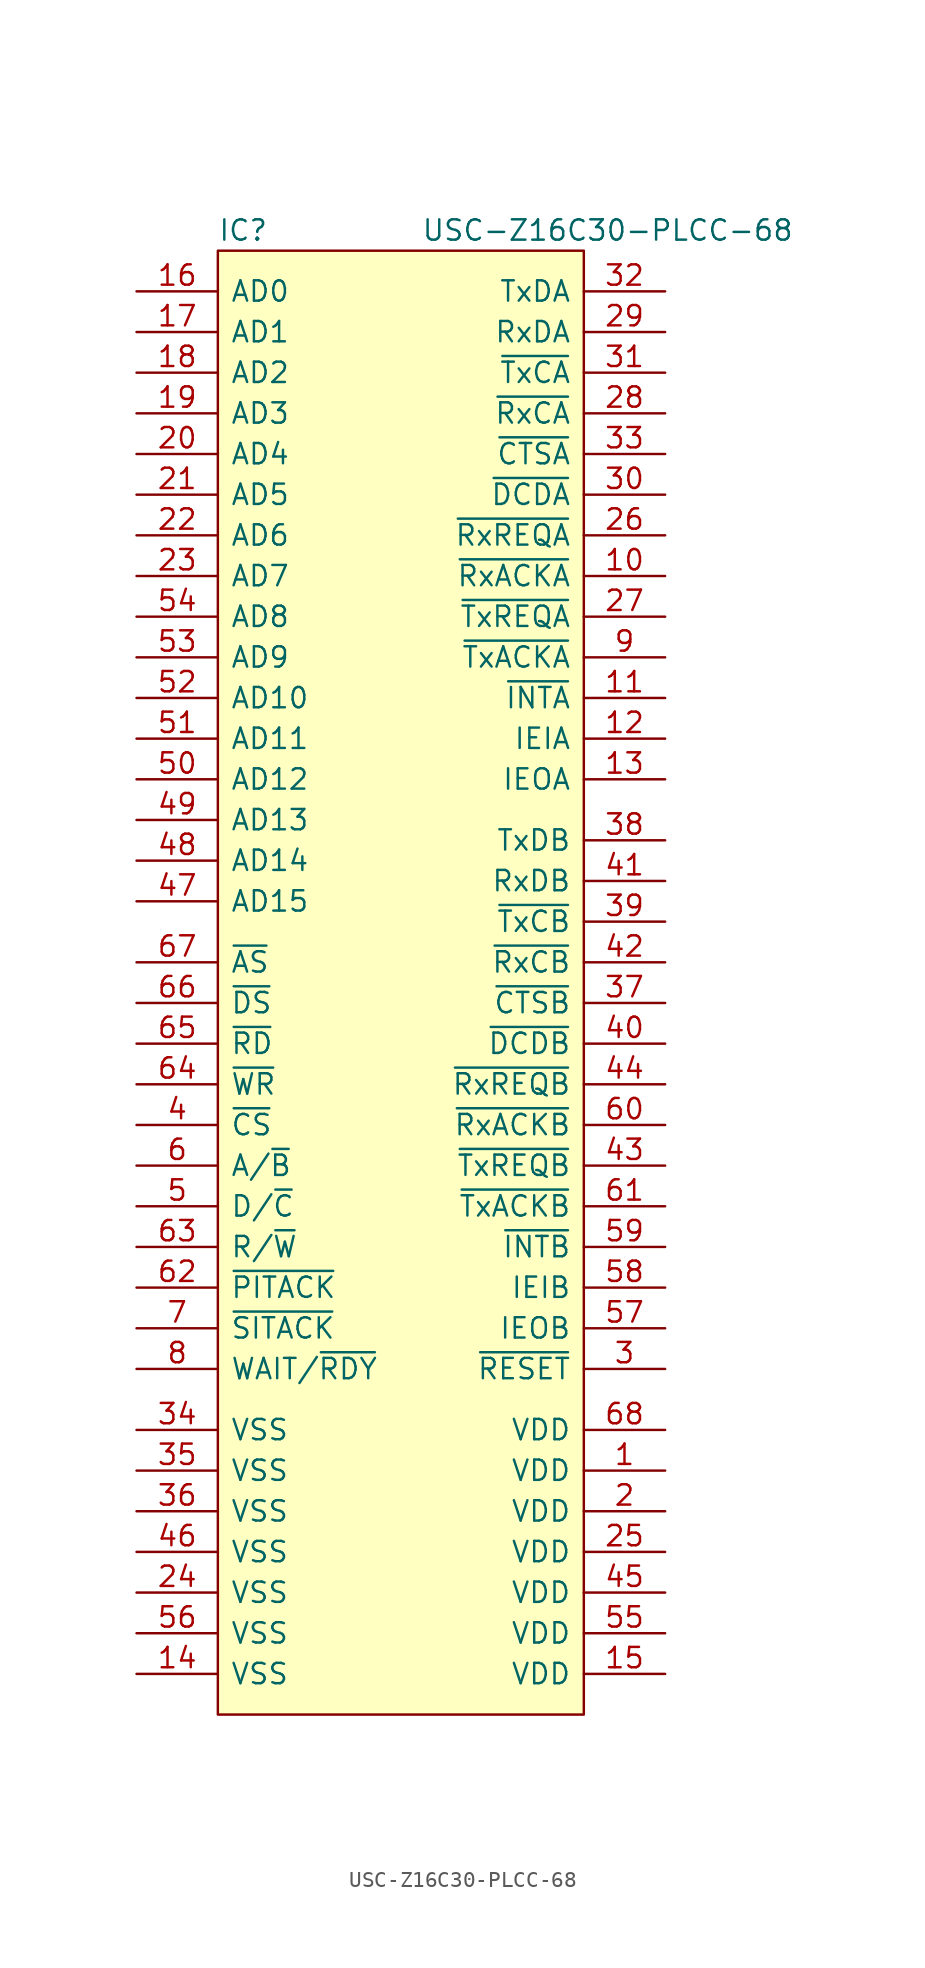
<source format=kicad_sym>
(kicad_symbol_lib
  (version 20220914)
  (generator kicad_symbol_editor)
  (symbol "USC-Z16C30-PLCC-68"
    (pin_names
      (offset 0.762))
    (property "Reference" "IC"
      (at 0 1.27 0)
      (effects (font (size 1.27 1.27)) (justify left)))
    (property "Value" "USC-Z16C30-PLCC-68"
      (at 12.7 1.27 0)
      (effects (font (size 1.27 1.27)) (justify left)))
    (symbol "USC-Z16C30-PLCC-68_0_0"
      (pin power_in line (at 27.94 -76.2 180) (length 5.08) (name "VDD" (effects (font (size 1.27 1.27)))) (number "1" (effects (font (size 1.27 1.27)))))
      (pin bidirectional line (at 27.94 -20.32 180) (length 5.08) (name "~{RxACKA}" (effects (font (size 1.27 1.27)))) (number "10" (effects (font (size 1.27 1.27)))))
      (pin output line (at 27.94 -27.94 180) (length 5.08) (name "~{INTA}" (effects (font (size 1.27 1.27)))) (number "11" (effects (font (size 1.27 1.27)))))
      (pin input line (at 27.94 -30.48 180) (length 5.08) (name "IEIA" (effects (font (size 1.27 1.27)))) (number "12" (effects (font (size 1.27 1.27)))))
      (pin output line (at 27.94 -33.02 180) (length 5.08) (name "IEOA" (effects (font (size 1.27 1.27)))) (number "13" (effects (font (size 1.27 1.27)))))
      (pin power_in line (at -5.08 -88.9 0) (length 5.08) (name "VSS" (effects (font (size 1.27 1.27)))) (number "14" (effects (font (size 1.27 1.27)))))
      (pin power_in line (at 27.94 -88.9 180) (length 5.08) (name "VDD" (effects (font (size 1.27 1.27)))) (number "15" (effects (font (size 1.27 1.27)))))
      (pin bidirectional line (at -5.08 -2.54 0) (length 5.08) (name "AD0" (effects (font (size 1.27 1.27)))) (number "16" (effects (font (size 1.27 1.27)))))
      (pin bidirectional line (at -5.08 -5.08 0) (length 5.08) (name "AD1" (effects (font (size 1.27 1.27)))) (number "17" (effects (font (size 1.27 1.27)))))
      (pin bidirectional line (at -5.08 -7.62 0) (length 5.08) (name "AD2" (effects (font (size 1.27 1.27)))) (number "18" (effects (font (size 1.27 1.27)))))
      (pin bidirectional line (at -5.08 -10.16 0) (length 5.08) (name "AD3" (effects (font (size 1.27 1.27)))) (number "19" (effects (font (size 1.27 1.27)))))
      (pin power_in line (at 27.94 -78.74 180) (length 5.08) (name "VDD" (effects (font (size 1.27 1.27)))) (number "2" (effects (font (size 1.27 1.27)))))
      (pin bidirectional line (at -5.08 -12.7 0) (length 5.08) (name "AD4" (effects (font (size 1.27 1.27)))) (number "20" (effects (font (size 1.27 1.27)))))
      (pin bidirectional line (at -5.08 -15.24 0) (length 5.08) (name "AD5" (effects (font (size 1.27 1.27)))) (number "21" (effects (font (size 1.27 1.27)))))
      (pin bidirectional line (at -5.08 -17.78 0) (length 5.08) (name "AD6" (effects (font (size 1.27 1.27)))) (number "22" (effects (font (size 1.27 1.27)))))
      (pin bidirectional line (at -5.08 -20.32 0) (length 5.08) (name "AD7" (effects (font (size 1.27 1.27)))) (number "23" (effects (font (size 1.27 1.27)))))
      (pin power_in line (at -5.08 -83.82 0) (length 5.08) (name "VSS" (effects (font (size 1.27 1.27)))) (number "24" (effects (font (size 1.27 1.27)))))
      (pin power_in line (at 27.94 -81.28 180) (length 5.08) (name "VDD" (effects (font (size 1.27 1.27)))) (number "25" (effects (font (size 1.27 1.27)))))
      (pin bidirectional line (at 27.94 -17.78 180) (length 5.08) (name "~{RxREQA}" (effects (font (size 1.27 1.27)))) (number "26" (effects (font (size 1.27 1.27)))))
      (pin bidirectional line (at 27.94 -22.86 180) (length 5.08) (name "~{TxREQA}" (effects (font (size 1.27 1.27)))) (number "27" (effects (font (size 1.27 1.27)))))
      (pin bidirectional line (at 27.94 -10.16 180) (length 5.08) (name "~{RxCA}" (effects (font (size 1.27 1.27)))) (number "28" (effects (font (size 1.27 1.27)))))
      (pin input line (at 27.94 -5.08 180) (length 5.08) (name "RxDA" (effects (font (size 1.27 1.27)))) (number "29" (effects (font (size 1.27 1.27)))))
      (pin input line (at 27.94 -69.85 180) (length 5.08) (name "~{RESET}" (effects (font (size 1.27 1.27)))) (number "3" (effects (font (size 1.27 1.27)))))
      (pin bidirectional line (at 27.94 -15.24 180) (length 5.08) (name "~{DCDA}" (effects (font (size 1.27 1.27)))) (number "30" (effects (font (size 1.27 1.27)))))
      (pin bidirectional line (at 27.94 -7.62 180) (length 5.08) (name "~{TxCA}" (effects (font (size 1.27 1.27)))) (number "31" (effects (font (size 1.27 1.27)))))
      (pin output line (at 27.94 -2.54 180) (length 5.08) (name "TxDA" (effects (font (size 1.27 1.27)))) (number "32" (effects (font (size 1.27 1.27)))))
      (pin bidirectional line (at 27.94 -12.7 180) (length 5.08) (name "~{CTSA}" (effects (font (size 1.27 1.27)))) (number "33" (effects (font (size 1.27 1.27)))))
      (pin power_in line (at -5.08 -73.66 0) (length 5.08) (name "VSS" (effects (font (size 1.27 1.27)))) (number "34" (effects (font (size 1.27 1.27)))))
      (pin power_in line (at -5.08 -76.2 0) (length 5.08) (name "VSS" (effects (font (size 1.27 1.27)))) (number "35" (effects (font (size 1.27 1.27)))))
      (pin power_in line (at -5.08 -78.74 0) (length 5.08) (name "VSS" (effects (font (size 1.27 1.27)))) (number "36" (effects (font (size 1.27 1.27)))))
      (pin bidirectional line (at 27.94 -46.99 180) (length 5.08) (name "~{CTSB}" (effects (font (size 1.27 1.27)))) (number "37" (effects (font (size 1.27 1.27)))))
      (pin output line (at 27.94 -36.83 180) (length 5.08) (name "TxDB" (effects (font (size 1.27 1.27)))) (number "38" (effects (font (size 1.27 1.27)))))
      (pin bidirectional line (at 27.94 -41.91 180) (length 5.08) (name "~{TxCB}" (effects (font (size 1.27 1.27)))) (number "39" (effects (font (size 1.27 1.27)))))
      (pin input line (at -5.08 -54.61 0) (length 5.08) (name "~{CS}" (effects (font (size 1.27 1.27)))) (number "4" (effects (font (size 1.27 1.27)))))
      (pin bidirectional line (at 27.94 -49.53 180) (length 5.08) (name "~{DCDB}" (effects (font (size 1.27 1.27)))) (number "40" (effects (font (size 1.27 1.27)))))
      (pin input line (at 27.94 -39.37 180) (length 5.08) (name "RxDB" (effects (font (size 1.27 1.27)))) (number "41" (effects (font (size 1.27 1.27)))))
      (pin bidirectional line (at 27.94 -44.45 180) (length 5.08) (name "~{RxCB}" (effects (font (size 1.27 1.27)))) (number "42" (effects (font (size 1.27 1.27)))))
      (pin bidirectional line (at 27.94 -57.15 180) (length 5.08) (name "~{TxREQB}" (effects (font (size 1.27 1.27)))) (number "43" (effects (font (size 1.27 1.27)))))
      (pin bidirectional line (at 27.94 -52.07 180) (length 5.08) (name "~{RxREQB}" (effects (font (size 1.27 1.27)))) (number "44" (effects (font (size 1.27 1.27)))))
      (pin power_in line (at 27.94 -83.82 180) (length 5.08) (name "VDD" (effects (font (size 1.27 1.27)))) (number "45" (effects (font (size 1.27 1.27)))))
      (pin power_in line (at -5.08 -81.28 0) (length 5.08) (name "VSS" (effects (font (size 1.27 1.27)))) (number "46" (effects (font (size 1.27 1.27)))))
      (pin bidirectional line (at -5.08 -40.64 0) (length 5.08) (name "AD15" (effects (font (size 1.27 1.27)))) (number "47" (effects (font (size 1.27 1.27)))))
      (pin bidirectional line (at -5.08 -38.1 0) (length 5.08) (name "AD14" (effects (font (size 1.27 1.27)))) (number "48" (effects (font (size 1.27 1.27)))))
      (pin bidirectional line (at -5.08 -35.56 0) (length 5.08) (name "AD13" (effects (font (size 1.27 1.27)))) (number "49" (effects (font (size 1.27 1.27)))))
      (pin input line (at -5.08 -59.69 0) (length 5.08) (name "D/~{C}" (effects (font (size 1.27 1.27)))) (number "5" (effects (font (size 1.27 1.27)))))
      (pin bidirectional line (at -5.08 -33.02 0) (length 5.08) (name "AD12" (effects (font (size 1.27 1.27)))) (number "50" (effects (font (size 1.27 1.27)))))
      (pin bidirectional line (at -5.08 -30.48 0) (length 5.08) (name "AD11" (effects (font (size 1.27 1.27)))) (number "51" (effects (font (size 1.27 1.27)))))
      (pin bidirectional line (at -5.08 -27.94 0) (length 5.08) (name "AD10" (effects (font (size 1.27 1.27)))) (number "52" (effects (font (size 1.27 1.27)))))
      (pin bidirectional line (at -5.08 -25.4 0) (length 5.08) (name "AD9" (effects (font (size 1.27 1.27)))) (number "53" (effects (font (size 1.27 1.27)))))
      (pin bidirectional line (at -5.08 -22.86 0) (length 5.08) (name "AD8" (effects (font (size 1.27 1.27)))) (number "54" (effects (font (size 1.27 1.27)))))
      (pin power_in line (at 27.94 -86.36 180) (length 5.08) (name "VDD" (effects (font (size 1.27 1.27)))) (number "55" (effects (font (size 1.27 1.27)))))
      (pin power_in line (at -5.08 -86.36 0) (length 5.08) (name "VSS" (effects (font (size 1.27 1.27)))) (number "56" (effects (font (size 1.27 1.27)))))
      (pin output line (at 27.94 -67.31 180) (length 5.08) (name "IEOB" (effects (font (size 1.27 1.27)))) (number "57" (effects (font (size 1.27 1.27)))))
      (pin input line (at 27.94 -64.77 180) (length 5.08) (name "IEIB" (effects (font (size 1.27 1.27)))) (number "58" (effects (font (size 1.27 1.27)))))
      (pin output line (at 27.94 -62.23 180) (length 5.08) (name "~{INTB}" (effects (font (size 1.27 1.27)))) (number "59" (effects (font (size 1.27 1.27)))))
      (pin input line (at -5.08 -57.15 0) (length 5.08) (name "A/~{B}" (effects (font (size 1.27 1.27)))) (number "6" (effects (font (size 1.27 1.27)))))
      (pin bidirectional line (at 27.94 -54.61 180) (length 5.08) (name "~{RxACKB}" (effects (font (size 1.27 1.27)))) (number "60" (effects (font (size 1.27 1.27)))))
      (pin bidirectional line (at 27.94 -59.69 180) (length 5.08) (name "~{TxACKB}" (effects (font (size 1.27 1.27)))) (number "61" (effects (font (size 1.27 1.27)))))
      (pin input line (at -5.08 -64.77 0) (length 5.08) (name "~{PITACK}" (effects (font (size 1.27 1.27)))) (number "62" (effects (font (size 1.27 1.27)))))
      (pin input line (at -5.08 -62.23 0) (length 5.08) (name "R/~{W}" (effects (font (size 1.27 1.27)))) (number "63" (effects (font (size 1.27 1.27)))))
      (pin input line (at -5.08 -52.07 0) (length 5.08) (name "~{WR}" (effects (font (size 1.27 1.27)))) (number "64" (effects (font (size 1.27 1.27)))))
      (pin input line (at -5.08 -49.53 0) (length 5.08) (name "~{RD}" (effects (font (size 1.27 1.27)))) (number "65" (effects (font (size 1.27 1.27)))))
      (pin input line (at -5.08 -46.99 0) (length 5.08) (name "~{DS}" (effects (font (size 1.27 1.27)))) (number "66" (effects (font (size 1.27 1.27)))))
      (pin input line (at -5.08 -44.45 0) (length 5.08) (name "~{AS}" (effects (font (size 1.27 1.27)))) (number "67" (effects (font (size 1.27 1.27)))))
      (pin power_in line (at 27.94 -73.66 180) (length 5.08) (name "VDD" (effects (font (size 1.27 1.27)))) (number "68" (effects (font (size 1.27 1.27)))))
      (pin input line (at -5.08 -67.31 0) (length 5.08) (name "~{SITACK}" (effects (font (size 1.27 1.27)))) (number "7" (effects (font (size 1.27 1.27)))))
      (pin output line (at -5.08 -69.85 0) (length 5.08) (name "WAIT/~{RDY}" (effects (font (size 1.27 1.27)))) (number "8" (effects (font (size 1.27 1.27)))))
      (pin bidirectional line (at 27.94 -25.4 180) (length 5.08) (name "~{TxACKA}" (effects (font (size 1.27 1.27)))) (number "9" (effects (font (size 1.27 1.27))))))
    (symbol "USC-Z16C30-PLCC-68_0_1"
      (rectangle (start 0 0) (end 22.86 -91.44) (stroke (width 0) (type solid)) (fill (type background))))))
</source>
